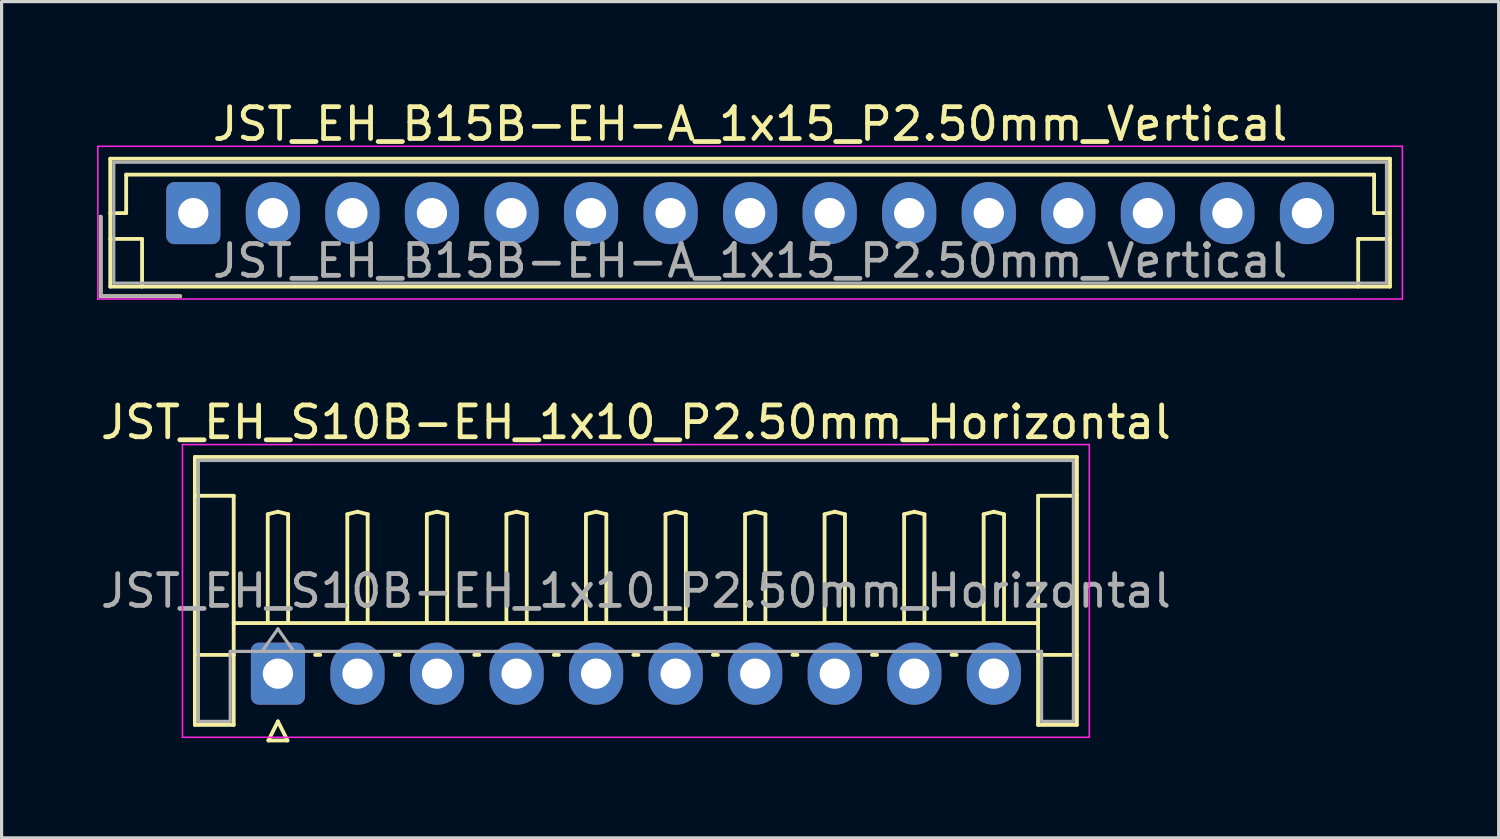
<source format=kicad_pcb>
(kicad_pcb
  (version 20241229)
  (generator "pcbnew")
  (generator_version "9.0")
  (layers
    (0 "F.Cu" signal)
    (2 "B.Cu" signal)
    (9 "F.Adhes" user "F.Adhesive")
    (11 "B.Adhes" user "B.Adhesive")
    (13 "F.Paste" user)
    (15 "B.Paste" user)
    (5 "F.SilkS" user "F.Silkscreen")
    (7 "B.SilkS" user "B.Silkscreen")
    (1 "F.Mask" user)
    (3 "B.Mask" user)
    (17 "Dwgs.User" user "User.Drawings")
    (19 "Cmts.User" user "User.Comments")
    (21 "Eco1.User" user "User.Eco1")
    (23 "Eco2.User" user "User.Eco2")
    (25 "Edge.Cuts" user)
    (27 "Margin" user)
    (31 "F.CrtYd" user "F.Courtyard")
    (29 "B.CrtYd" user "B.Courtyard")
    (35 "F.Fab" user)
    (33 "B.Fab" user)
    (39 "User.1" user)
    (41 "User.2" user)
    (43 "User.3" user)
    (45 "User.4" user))
  (footprint "JST_EH_S10B-EH_1x10_P2.50mm_Horizontal"
    (layer "F.Cu")
    (at 5.685 18.122)
    (property "Reference" "JST_EH_S10B-EH_1x10_P2.50mm_Horizontal" (at 11.25 -7.9 0) (layer "F.SilkS") (effects (font (size 1 1) (thickness 0.15))))
    (attr through_hole)
    (fp_line (start -2.61 -6.81) (end 25.11 -6.81) (stroke (width 0.12) (type solid)) (layer "F.SilkS"))
    (fp_line (start -2.61 -5.59) (end -1.39 -5.59) (stroke (width 0.12) (type solid)) (layer "F.SilkS"))
    (fp_line (start -2.61 1.61) (end -2.61 -6.81) (stroke (width 0.12) (type solid)) (layer "F.SilkS"))
    (fp_line (start -1.39 -5.59) (end -1.39 -0.59) (stroke (width 0.12) (type solid)) (layer "F.SilkS"))
    (fp_line (start -1.39 -1.59) (end 23.89 -1.59) (stroke (width 0.12) (type solid)) (layer "F.SilkS"))
    (fp_line (start -1.39 -0.59) (end -2.61 -0.59) (stroke (width 0.12) (type solid)) (layer "F.SilkS"))
    (fp_line (start -1.39 -0.59) (end -1.39 1.61) (stroke (width 0.12) (type solid)) (layer "F.SilkS"))
    (fp_line (start -1.39 1.61) (end -2.61 1.61) (stroke (width 0.12) (type solid)) (layer "F.SilkS"))
    (fp_line (start -0.32 -5.01) (end 0 -5.09) (stroke (width 0.12) (type solid)) (layer "F.SilkS"))
    (fp_line (start -0.32 -1.59) (end -0.32 -5.01) (stroke (width 0.12) (type solid)) (layer "F.SilkS"))
    (fp_line (start -0.3 2.1) (end 0.3 2.1) (stroke (width 0.12) (type solid)) (layer "F.SilkS"))
    (fp_line (start 0 -5.09) (end 0.32 -5.01) (stroke (width 0.12) (type solid)) (layer "F.SilkS"))
    (fp_line (start 0 -1.59) (end -0.32 -1.59) (stroke (width 0.12) (type solid)) (layer "F.SilkS"))
    (fp_line (start 0 1.5) (end -0.3 2.1) (stroke (width 0.12) (type solid)) (layer "F.SilkS"))
    (fp_line (start 0.3 2.1) (end 0 1.5) (stroke (width 0.12) (type solid)) (layer "F.SilkS"))
    (fp_line (start 0.32 -5.01) (end 0.32 -1.59) (stroke (width 0.12) (type solid)) (layer "F.SilkS"))
    (fp_line (start 0.32 -1.59) (end 0 -1.59) (stroke (width 0.12) (type solid)) (layer "F.SilkS"))
    (fp_line (start 1.17 -0.59) (end 1.33 -0.59) (stroke (width 0.12) (type solid)) (layer "F.SilkS"))
    (fp_line (start 2.18 -5.01) (end 2.5 -5.09) (stroke (width 0.12) (type solid)) (layer "F.SilkS"))
    (fp_line (start 2.18 -1.59) (end 2.18 -5.01) (stroke (width 0.12) (type solid)) (layer "F.SilkS"))
    (fp_line (start 2.5 -5.09) (end 2.82 -5.01) (stroke (width 0.12) (type solid)) (layer "F.SilkS"))
    (fp_line (start 2.5 -1.59) (end 2.18 -1.59) (stroke (width 0.12) (type solid)) (layer "F.SilkS"))
    (fp_line (start 2.82 -5.01) (end 2.82 -1.59) (stroke (width 0.12) (type solid)) (layer "F.SilkS"))
    (fp_line (start 2.82 -1.59) (end 2.5 -1.59) (stroke (width 0.12) (type solid)) (layer "F.SilkS"))
    (fp_line (start 3.67 -0.59) (end 3.83 -0.59) (stroke (width 0.12) (type solid)) (layer "F.SilkS"))
    (fp_line (start 4.68 -5.01) (end 5 -5.09) (stroke (width 0.12) (type solid)) (layer "F.SilkS"))
    (fp_line (start 4.68 -1.59) (end 4.68 -5.01) (stroke (width 0.12) (type solid)) (layer "F.SilkS"))
    (fp_line (start 5 -5.09) (end 5.32 -5.01) (stroke (width 0.12) (type solid)) (layer "F.SilkS"))
    (fp_line (start 5 -1.59) (end 4.68 -1.59) (stroke (width 0.12) (type solid)) (layer "F.SilkS"))
    (fp_line (start 5.32 -5.01) (end 5.32 -1.59) (stroke (width 0.12) (type solid)) (layer "F.SilkS"))
    (fp_line (start 5.32 -1.59) (end 5 -1.59) (stroke (width 0.12) (type solid)) (layer "F.SilkS"))
    (fp_line (start 6.17 -0.59) (end 6.33 -0.59) (stroke (width 0.12) (type solid)) (layer "F.SilkS"))
    (fp_line (start 7.18 -5.01) (end 7.5 -5.09) (stroke (width 0.12) (type solid)) (layer "F.SilkS"))
    (fp_line (start 7.18 -1.59) (end 7.18 -5.01) (stroke (width 0.12) (type solid)) (layer "F.SilkS"))
    (fp_line (start 7.5 -5.09) (end 7.82 -5.01) (stroke (width 0.12) (type solid)) (layer "F.SilkS"))
    (fp_line (start 7.5 -1.59) (end 7.18 -1.59) (stroke (width 0.12) (type solid)) (layer "F.SilkS"))
    (fp_line (start 7.82 -5.01) (end 7.82 -1.59) (stroke (width 0.12) (type solid)) (layer "F.SilkS"))
    (fp_line (start 7.82 -1.59) (end 7.5 -1.59) (stroke (width 0.12) (type solid)) (layer "F.SilkS"))
    (fp_line (start 8.67 -0.59) (end 8.83 -0.59) (stroke (width 0.12) (type solid)) (layer "F.SilkS"))
    (fp_line (start 9.68 -5.01) (end 10 -5.09) (stroke (width 0.12) (type solid)) (layer "F.SilkS"))
    (fp_line (start 9.68 -1.59) (end 9.68 -5.01) (stroke (width 0.12) (type solid)) (layer "F.SilkS"))
    (fp_line (start 10 -5.09) (end 10.32 -5.01) (stroke (width 0.12) (type solid)) (layer "F.SilkS"))
    (fp_line (start 10 -1.59) (end 9.68 -1.59) (stroke (width 0.12) (type solid)) (layer "F.SilkS"))
    (fp_line (start 10.32 -5.01) (end 10.32 -1.59) (stroke (width 0.12) (type solid)) (layer "F.SilkS"))
    (fp_line (start 10.32 -1.59) (end 10 -1.59) (stroke (width 0.12) (type solid)) (layer "F.SilkS"))
    (fp_line (start 11.17 -0.59) (end 11.33 -0.59) (stroke (width 0.12) (type solid)) (layer "F.SilkS"))
    (fp_line (start 12.18 -5.01) (end 12.5 -5.09) (stroke (width 0.12) (type solid)) (layer "F.SilkS"))
    (fp_line (start 12.18 -1.59) (end 12.18 -5.01) (stroke (width 0.12) (type solid)) (layer "F.SilkS"))
    (fp_line (start 12.5 -5.09) (end 12.82 -5.01) (stroke (width 0.12) (type solid)) (layer "F.SilkS"))
    (fp_line (start 12.5 -1.59) (end 12.18 -1.59) (stroke (width 0.12) (type solid)) (layer "F.SilkS"))
    (fp_line (start 12.82 -5.01) (end 12.82 -1.59) (stroke (width 0.12) (type solid)) (layer "F.SilkS"))
    (fp_line (start 12.82 -1.59) (end 12.5 -1.59) (stroke (width 0.12) (type solid)) (layer "F.SilkS"))
    (fp_line (start 13.67 -0.59) (end 13.83 -0.59) (stroke (width 0.12) (type solid)) (layer "F.SilkS"))
    (fp_line (start 14.68 -5.01) (end 15 -5.09) (stroke (width 0.12) (type solid)) (layer "F.SilkS"))
    (fp_line (start 14.68 -1.59) (end 14.68 -5.01) (stroke (width 0.12) (type solid)) (layer "F.SilkS"))
    (fp_line (start 15 -5.09) (end 15.32 -5.01) (stroke (width 0.12) (type solid)) (layer "F.SilkS"))
    (fp_line (start 15 -1.59) (end 14.68 -1.59) (stroke (width 0.12) (type solid)) (layer "F.SilkS"))
    (fp_line (start 15.32 -5.01) (end 15.32 -1.59) (stroke (width 0.12) (type solid)) (layer "F.SilkS"))
    (fp_line (start 15.32 -1.59) (end 15 -1.59) (stroke (width 0.12) (type solid)) (layer "F.SilkS"))
    (fp_line (start 16.17 -0.59) (end 16.33 -0.59) (stroke (width 0.12) (type solid)) (layer "F.SilkS"))
    (fp_line (start 17.18 -5.01) (end 17.5 -5.09) (stroke (width 0.12) (type solid)) (layer "F.SilkS"))
    (fp_line (start 17.18 -1.59) (end 17.18 -5.01) (stroke (width 0.12) (type solid)) (layer "F.SilkS"))
    (fp_line (start 17.5 -5.09) (end 17.82 -5.01) (stroke (width 0.12) (type solid)) (layer "F.SilkS"))
    (fp_line (start 17.5 -1.59) (end 17.18 -1.59) (stroke (width 0.12) (type solid)) (layer "F.SilkS"))
    (fp_line (start 17.82 -5.01) (end 17.82 -1.59) (stroke (width 0.12) (type solid)) (layer "F.SilkS"))
    (fp_line (start 17.82 -1.59) (end 17.5 -1.59) (stroke (width 0.12) (type solid)) (layer "F.SilkS"))
    (fp_line (start 18.67 -0.59) (end 18.83 -0.59) (stroke (width 0.12) (type solid)) (layer "F.SilkS"))
    (fp_line (start 19.68 -5.01) (end 20 -5.09) (stroke (width 0.12) (type solid)) (layer "F.SilkS"))
    (fp_line (start 19.68 -1.59) (end 19.68 -5.01) (stroke (width 0.12) (type solid)) (layer "F.SilkS"))
    (fp_line (start 20 -5.09) (end 20.32 -5.01) (stroke (width 0.12) (type solid)) (layer "F.SilkS"))
    (fp_line (start 20 -1.59) (end 19.68 -1.59) (stroke (width 0.12) (type solid)) (layer "F.SilkS"))
    (fp_line (start 20.32 -5.01) (end 20.32 -1.59) (stroke (width 0.12) (type solid)) (layer "F.SilkS"))
    (fp_line (start 20.32 -1.59) (end 20 -1.59) (stroke (width 0.12) (type solid)) (layer "F.SilkS"))
    (fp_line (start 21.17 -0.59) (end 21.33 -0.59) (stroke (width 0.12) (type solid)) (layer "F.SilkS"))
    (fp_line (start 22.18 -5.01) (end 22.5 -5.09) (stroke (width 0.12) (type solid)) (layer "F.SilkS"))
    (fp_line (start 22.18 -1.59) (end 22.18 -5.01) (stroke (width 0.12) (type solid)) (layer "F.SilkS"))
    (fp_line (start 22.5 -5.09) (end 22.82 -5.01) (stroke (width 0.12) (type solid)) (layer "F.SilkS"))
    (fp_line (start 22.5 -1.59) (end 22.18 -1.59) (stroke (width 0.12) (type solid)) (layer "F.SilkS"))
    (fp_line (start 22.82 -5.01) (end 22.82 -1.59) (stroke (width 0.12) (type solid)) (layer "F.SilkS"))
    (fp_line (start 22.82 -1.59) (end 22.5 -1.59) (stroke (width 0.12) (type solid)) (layer "F.SilkS"))
    (fp_line (start 23.89 -5.59) (end 23.89 -0.59) (stroke (width 0.12) (type solid)) (layer "F.SilkS"))
    (fp_line (start 23.89 -0.59) (end 25.11 -0.59) (stroke (width 0.12) (type solid)) (layer "F.SilkS"))
    (fp_line (start 23.89 1.61) (end 23.89 -0.59) (stroke (width 0.12) (type solid)) (layer "F.SilkS"))
    (fp_line (start 25.11 -6.81) (end 25.11 1.61) (stroke (width 0.12) (type solid)) (layer "F.SilkS"))
    (fp_line (start 25.11 -5.59) (end 23.89 -5.59) (stroke (width 0.12) (type solid)) (layer "F.SilkS"))
    (fp_line (start 25.11 1.61) (end 23.89 1.61) (stroke (width 0.12) (type solid)) (layer "F.SilkS"))
    (fp_line (start -3 -7.2) (end -3 2) (stroke (width 0.05) (type solid)) (layer "F.CrtYd"))
    (fp_line (start -3 2) (end 25.5 2) (stroke (width 0.05) (type solid)) (layer "F.CrtYd"))
    (fp_line (start 25.5 -7.2) (end -3 -7.2) (stroke (width 0.05) (type solid)) (layer "F.CrtYd"))
    (fp_line (start 25.5 2) (end 25.5 -7.2) (stroke (width 0.05) (type solid)) (layer "F.CrtYd"))
    (fp_line (start -2.5 -6.7) (end 25 -6.7) (stroke (width 0.1) (type solid)) (layer "F.Fab"))
    (fp_line (start -2.5 1.5) (end -2.5 -6.7) (stroke (width 0.1) (type solid)) (layer "F.Fab"))
    (fp_line (start -1.5 -0.7) (end -1.5 1.5) (stroke (width 0.1) (type solid)) (layer "F.Fab"))
    (fp_line (start -1.5 1.5) (end -2.5 1.5) (stroke (width 0.1) (type solid)) (layer "F.Fab"))
    (fp_line (start -0.5 -0.7) (end 0 -1.407) (stroke (width 0.1) (type solid)) (layer "F.Fab"))
    (fp_line (start 0 -1.407) (end 0.5 -0.7) (stroke (width 0.1) (type solid)) (layer "F.Fab"))
    (fp_line (start 24 -0.7) (end -1.5 -0.7) (stroke (width 0.1) (type solid)) (layer "F.Fab"))
    (fp_line (start 24 1.5) (end 24 -0.7) (stroke (width 0.1) (type solid)) (layer "F.Fab"))
    (fp_line (start 25 -6.7) (end 25 1.5) (stroke (width 0.1) (type solid)) (layer "F.Fab"))
    (fp_line (start 25 1.5) (end 24 1.5) (stroke (width 0.1) (type solid)) (layer "F.Fab"))
    (fp_text user "${REFERENCE}" (at 11.25 -2.6 0) (layer "F.Fab") (effects (font (size 1 1) (thickness 0.15))))
    (pad "1" thru_hole roundrect (at 0 0) (size 1.7 1.95) (drill 0.95) (layers "*.Cu" "*.Mask") (roundrect_rratio 0.147))
    (pad "2" thru_hole oval (at 2.5 0) (size 1.7 1.95) (drill 0.95) (layers "*.Cu" "*.Mask"))
    (pad "3" thru_hole oval (at 5 0) (size 1.7 1.95) (drill 0.95) (layers "*.Cu" "*.Mask"))
    (pad "4" thru_hole oval (at 7.5 0) (size 1.7 1.95) (drill 0.95) (layers "*.Cu" "*.Mask"))
    (pad "5" thru_hole oval (at 10 0) (size 1.7 1.95) (drill 0.95) (layers "*.Cu" "*.Mask"))
    (pad "6" thru_hole oval (at 12.5 0) (size 1.7 1.95) (drill 0.95) (layers "*.Cu" "*.Mask"))
    (pad "7" thru_hole oval (at 15 0) (size 1.7 1.95) (drill 0.95) (layers "*.Cu" "*.Mask"))
    (pad "8" thru_hole oval (at 17.5 0) (size 1.7 1.95) (drill 0.95) (layers "*.Cu" "*.Mask"))
    (pad "9" thru_hole oval (at 20 0) (size 1.7 1.95) (drill 0.95) (layers "*.Cu" "*.Mask"))
    (pad "10" thru_hole oval (at 22.5 0) (size 1.7 1.95) (drill 0.95) (layers "*.Cu" "*.Mask")))
  (footprint "JST_EH_B15B-EH-A_1x15_P2.50mm_Vertical"
    (layer "F.Cu")
    (at 3.025 3.648)
    (property "Reference" "JST_EH_B15B-EH-A_1x15_P2.50mm_Vertical" (at 17.5 -2.8 0) (layer "F.SilkS") (effects (font (size 1 1) (thickness 0.15))))
    (attr through_hole)
    (fp_line (start -2.91 0.11) (end -2.91 2.61) (stroke (width 0.12) (type solid)) (layer "F.SilkS"))
    (fp_line (start -2.91 2.61) (end -0.41 2.61) (stroke (width 0.12) (type solid)) (layer "F.SilkS"))
    (fp_line (start -2.61 -1.71) (end -2.61 2.31) (stroke (width 0.12) (type solid)) (layer "F.SilkS"))
    (fp_line (start -2.61 0) (end -2.11 0) (stroke (width 0.12) (type solid)) (layer "F.SilkS"))
    (fp_line (start -2.61 0.81) (end -1.61 0.81) (stroke (width 0.12) (type solid)) (layer "F.SilkS"))
    (fp_line (start -2.61 2.31) (end 37.61 2.31) (stroke (width 0.12) (type solid)) (layer "F.SilkS"))
    (fp_line (start -2.11 -1.21) (end 37.11 -1.21) (stroke (width 0.12) (type solid)) (layer "F.SilkS"))
    (fp_line (start -2.11 0) (end -2.11 -1.21) (stroke (width 0.12) (type solid)) (layer "F.SilkS"))
    (fp_line (start -1.61 0.81) (end -1.61 2.31) (stroke (width 0.12) (type solid)) (layer "F.SilkS"))
    (fp_line (start 36.61 0.81) (end 36.61 2.31) (stroke (width 0.12) (type solid)) (layer "F.SilkS"))
    (fp_line (start 37.11 -1.21) (end 37.11 0) (stroke (width 0.12) (type solid)) (layer "F.SilkS"))
    (fp_line (start 37.11 0) (end 37.61 0) (stroke (width 0.12) (type solid)) (layer "F.SilkS"))
    (fp_line (start 37.61 -1.71) (end -2.61 -1.71) (stroke (width 0.12) (type solid)) (layer "F.SilkS"))
    (fp_line (start 37.61 0.81) (end 36.61 0.81) (stroke (width 0.12) (type solid)) (layer "F.SilkS"))
    (fp_line (start 37.61 2.31) (end 37.61 -1.71) (stroke (width 0.12) (type solid)) (layer "F.SilkS"))
    (fp_line (start -3 -2.1) (end -3 2.7) (stroke (width 0.05) (type solid)) (layer "F.CrtYd"))
    (fp_line (start -3 2.7) (end 38 2.7) (stroke (width 0.05) (type solid)) (layer "F.CrtYd"))
    (fp_line (start 38 -2.1) (end -3 -2.1) (stroke (width 0.05) (type solid)) (layer "F.CrtYd"))
    (fp_line (start 38 2.7) (end 38 -2.1) (stroke (width 0.05) (type solid)) (layer "F.CrtYd"))
    (fp_line (start -2.91 0.11) (end -2.91 2.61) (stroke (width 0.1) (type solid)) (layer "F.Fab"))
    (fp_line (start -2.91 2.61) (end -0.41 2.61) (stroke (width 0.1) (type solid)) (layer "F.Fab"))
    (fp_line (start -2.5 -1.6) (end -2.5 2.2) (stroke (width 0.1) (type solid)) (layer "F.Fab"))
    (fp_line (start -2.5 2.2) (end 37.5 2.2) (stroke (width 0.1) (type solid)) (layer "F.Fab"))
    (fp_line (start 37.5 -1.6) (end -2.5 -1.6) (stroke (width 0.1) (type solid)) (layer "F.Fab"))
    (fp_line (start 37.5 2.2) (end 37.5 -1.6) (stroke (width 0.1) (type solid)) (layer "F.Fab"))
    (fp_text user "${REFERENCE}" (at 17.5 1.5 0) (layer "F.Fab") (effects (font (size 1 1) (thickness 0.15))))
    (pad "1" thru_hole roundrect (at 0 0) (size 1.7 1.95) (drill 0.95) (layers "*.Cu" "*.Mask") (roundrect_rratio 0.147))
    (pad "2" thru_hole oval (at 2.5 0) (size 1.7 1.95) (drill 0.95) (layers "*.Cu" "*.Mask"))
    (pad "3" thru_hole oval (at 5 0) (size 1.7 1.95) (drill 0.95) (layers "*.Cu" "*.Mask"))
    (pad "4" thru_hole oval (at 7.5 0) (size 1.7 1.95) (drill 0.95) (layers "*.Cu" "*.Mask"))
    (pad "5" thru_hole oval (at 10 0) (size 1.7 1.95) (drill 0.95) (layers "*.Cu" "*.Mask"))
    (pad "6" thru_hole oval (at 12.5 0) (size 1.7 1.95) (drill 0.95) (layers "*.Cu" "*.Mask"))
    (pad "7" thru_hole oval (at 15 0) (size 1.7 1.95) (drill 0.95) (layers "*.Cu" "*.Mask"))
    (pad "8" thru_hole oval (at 17.5 0) (size 1.7 1.95) (drill 0.95) (layers "*.Cu" "*.Mask"))
    (pad "9" thru_hole oval (at 20 0) (size 1.7 1.95) (drill 0.95) (layers "*.Cu" "*.Mask"))
    (pad "10" thru_hole oval (at 22.5 0) (size 1.7 1.95) (drill 0.95) (layers "*.Cu" "*.Mask"))
    (pad "11" thru_hole oval (at 25 0) (size 1.7 1.95) (drill 0.95) (layers "*.Cu" "*.Mask"))
    (pad "12" thru_hole oval (at 27.5 0) (size 1.7 1.95) (drill 0.95) (layers "*.Cu" "*.Mask"))
    (pad "13" thru_hole oval (at 30 0) (size 1.7 1.95) (drill 0.95) (layers "*.Cu" "*.Mask"))
    (pad "14" thru_hole oval (at 32.5 0) (size 1.7 1.95) (drill 0.95) (layers "*.Cu" "*.Mask"))
    (pad "15" thru_hole oval (at 35 0) (size 1.7 1.95) (drill 0.95) (layers "*.Cu" "*.Mask")))
  (gr_rect
    (start -3 -3)
    (end 44.05 23.282)
    (stroke (width 0.1) (type default))
    (fill no)
    (layer "Edge.Cuts")))
</source>
